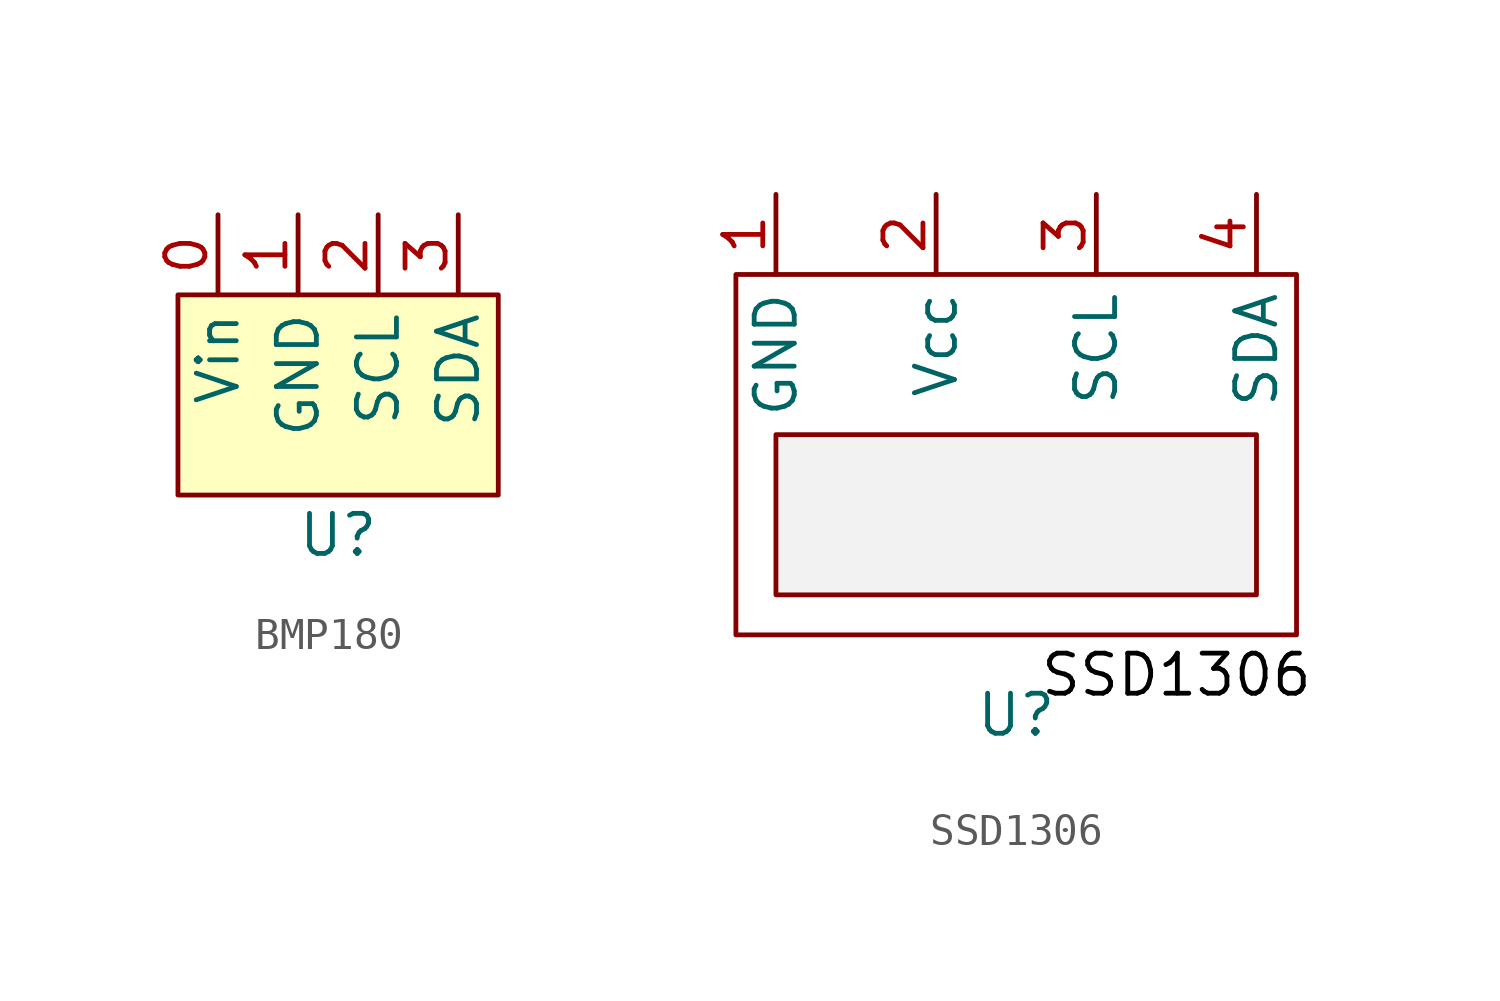
<source format=kicad_sym>
(kicad_symbol_lib
  (version 20220914)
  (generator kicad_symbol_editor)
  (symbol "BMP180"
    (property "Reference" "U"
      (at 5.08 -7.62 0)
      (effects (font (size 1.27 1.27))))
    (property "Value" ""
      (at 0 3.81 0)
      (effects (font (size 1.27 1.27))))
    (symbol "BMP180_1_1"
      (rectangle (start 0 0) (end 10.16 -6.35) (stroke (width 0) (type default)) (fill (type background)))
      (pin power_in line (at 1.27 2.54 270) (length 2.54) (name "Vin" (effects (font (size 1.27 1.27)))) (number "0" (effects (font (size 1.27 1.27)))))
      (pin bidirectional line (at 3.81 2.54 270) (length 2.54) (name "GND" (effects (font (size 1.27 1.27)))) (number "1" (effects (font (size 1.27 1.27)))))
      (pin bidirectional line (at 6.35 2.54 270) (length 2.54) (name "SCL" (effects (font (size 1.27 1.27)))) (number "2" (effects (font (size 1.27 1.27)))))
      (pin bidirectional line (at 8.89 2.54 270) (length 2.54) (name "SDA" (effects (font (size 1.27 1.27)))) (number "3" (effects (font (size 1.27 1.27)))))))
  (symbol "SSD1306"
    (property "Reference" "U"
      (at 7.62 -13.97 0)
      (effects (font (size 1.27 1.27))))
    (property "Value" ""
      (at 0 0 0)
      (effects (font (size 1.27 1.27))))
    (symbol "SSD1306_0_1"
      (rectangle (start -1.27 0) (end 16.51 -11.43) (stroke (width 0) (type default)) (fill (type none))))
    (symbol "SSD1306_1_1"
      (rectangle (start 0 -5.08) (end 15.24 -10.16) (stroke (width 0) (type default)) (fill (type color) (color 125 125 125 0.1)))
      (text "SSD1306" (at 12.7 -12.7 0) (effects (font (size 1.27 1.27) (color 0 0 0 1))))
      (pin power_in line (at 0 2.54 270) (length 2.54) (name "GND" (effects (font (size 1.27 1.27)))) (number "1" (effects (font (size 1.27 1.27)))))
      (pin power_in line (at 5.08 2.54 270) (length 2.54) (name "Vcc" (effects (font (size 1.27 1.27)))) (number "2" (effects (font (size 1.27 1.27)))))
      (pin bidirectional line (at 10.16 2.54 270) (length 2.54) (name "SCL" (effects (font (size 1.27 1.27)))) (number "3" (effects (font (size 1.27 1.27)))))
      (pin bidirectional line (at 15.24 2.54 270) (length 2.54) (name "SDA" (effects (font (size 1.27 1.27)))) (number "4" (effects (font (size 1.27 1.27))))))))
</source>
